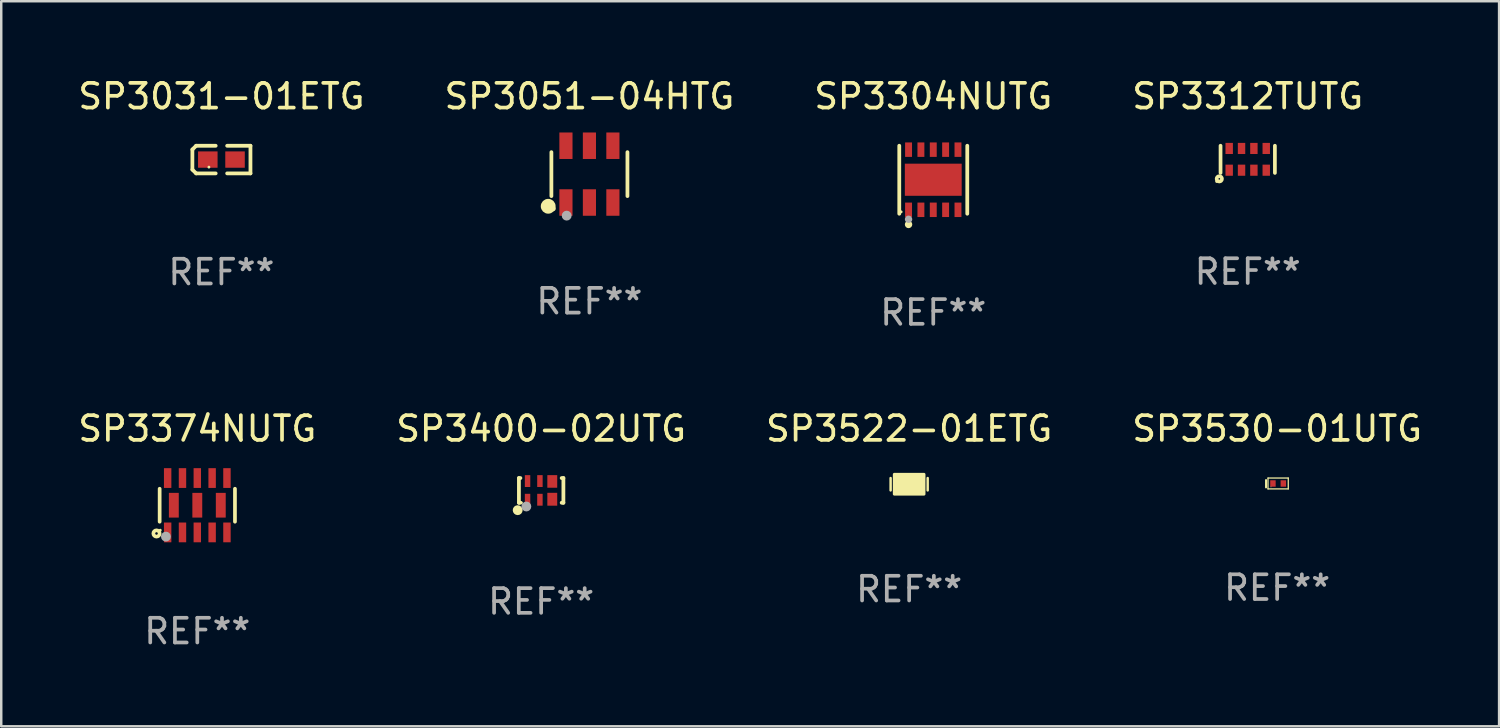
<source format=kicad_pcb>
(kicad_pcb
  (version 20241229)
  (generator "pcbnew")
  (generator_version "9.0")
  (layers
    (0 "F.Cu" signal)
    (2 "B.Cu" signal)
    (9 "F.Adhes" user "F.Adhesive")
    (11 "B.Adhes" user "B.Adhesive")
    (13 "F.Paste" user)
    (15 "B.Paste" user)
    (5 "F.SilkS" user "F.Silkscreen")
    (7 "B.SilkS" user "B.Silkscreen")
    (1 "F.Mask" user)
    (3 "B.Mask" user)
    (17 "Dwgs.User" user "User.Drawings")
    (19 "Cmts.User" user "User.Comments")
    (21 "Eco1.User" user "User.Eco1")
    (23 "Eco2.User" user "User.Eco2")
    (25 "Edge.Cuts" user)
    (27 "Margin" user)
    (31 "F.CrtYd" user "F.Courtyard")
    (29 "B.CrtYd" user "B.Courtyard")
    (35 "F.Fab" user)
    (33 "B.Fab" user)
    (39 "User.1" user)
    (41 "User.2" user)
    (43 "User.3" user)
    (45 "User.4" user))
  (footprint "SP3400-02UTG"
    (layer "F.Cu")
    (at 18.851 16.797)
    (property "Reference" "SP3400-02UTG" (at 0 -2.5 0) (layer "F.SilkS") (effects (font (size 1 1) (thickness 0.15))))
    (attr through_hole)
    (fp_line (start -0.9 -0.5) (end -0.9 0.5) (stroke (width 0.152) (type solid)) (layer "F.SilkS"))
    (fp_line (start -0.9 -0.5) (end -0.84 -0.5) (stroke (width 0.152) (type solid)) (layer "F.SilkS"))
    (fp_line (start -0.84 0.5) (end -0.9 0.5) (stroke (width 0.152) (type solid)) (layer "F.SilkS"))
    (fp_line (start 0.83 -0.5) (end 0.9 -0.5) (stroke (width 0.152) (type solid)) (layer "F.SilkS"))
    (fp_line (start 0.9 -0.5) (end 0.9 0.5) (stroke (width 0.152) (type solid)) (layer "F.SilkS"))
    (fp_line (start 0.9 0.5) (end 0.83 0.5) (stroke (width 0.152) (type solid)) (layer "F.SilkS"))
    (fp_circle (center -0.95 0.8) (end -0.85 0.8) (stroke (width 0.2) (type solid)) (fill no) (layer "F.SilkS"))
    (fp_circle (center -0.8 0.5) (end -0.77 0.5) (stroke (width 0.06) (type solid)) (fill no) (layer "F.SilkS"))
    (fp_circle (center -0.6 0.652) (end -0.5 0.652) (stroke (width 0.2) (type solid)) (fill no) (layer "F.Fab"))
    (fp_text user "REF**" (at 0 4.5 0) (layer "F.Fab") (effects (font (size 1 1) (thickness 0.15))))
    (pad "1" smd rect (at -0.55 0.378 90) (size 0.48 0.22) (layers "F.Cu" "F.Mask" "F.Paste"))
    (pad "2" smd rect (at -0.05 0.378 90) (size 0.48 0.22) (layers "F.Cu" "F.Mask" "F.Paste"))
    (pad "3" smd rect (at 0.45 0.358 180) (size 0.4 0.521) (layers "F.Cu" "F.Mask" "F.Paste"))
    (pad "4" smd rect (at 0.45 -0.363 180) (size 0.4 0.51) (layers "F.Cu" "F.Mask" "F.Paste"))
    (pad "5" smd rect (at -0.05 -0.378 90) (size 0.48 0.22) (layers "F.Cu" "F.Mask" "F.Paste"))
    (pad "6" smd rect (at -0.55 -0.378 90) (size 0.48 0.22) (layers "F.Cu" "F.Mask" "F.Paste")))
  (footprint "SP3031-01ETG"
    (layer "F.Cu")
    (at 5.911 3.408)
    (property "Reference" "SP3031-01ETG" (at 0 -2.559 0) (layer "F.SilkS") (effects (font (size 1 1) (thickness 0.15))))
    (attr through_hole)
    (fp_line (start -1.175 -0.407) (end -1.023 -0.559) (stroke (width 0.152) (type solid)) (layer "F.SilkS"))
    (fp_line (start -1.175 0.407) (end -1.175 -0.407) (stroke (width 0.152) (type solid)) (layer "F.SilkS"))
    (fp_line (start -1.023 -0.559) (end -0.232 -0.559) (stroke (width 0.152) (type solid)) (layer "F.SilkS"))
    (fp_line (start -1.023 0.559) (end -1.175 0.407) (stroke (width 0.152) (type solid)) (layer "F.SilkS"))
    (fp_line (start -0.232 0.559) (end -1.023 0.559) (stroke (width 0.152) (type solid)) (layer "F.SilkS"))
    (fp_line (start 0.232 0.559) (end 1.175 0.559) (stroke (width 0.152) (type solid)) (layer "F.SilkS"))
    (fp_line (start 1.175 -0.559) (end 0.232 -0.559) (stroke (width 0.152) (type solid)) (layer "F.SilkS"))
    (fp_line (start 1.175 0.559) (end 1.175 -0.559) (stroke (width 0.152) (type solid)) (layer "F.SilkS"))
    (fp_circle (center -0.506 0.306) (end -0.476 0.306) (stroke (width 0.06) (type solid)) (fill no) (layer "F.SilkS"))
    (fp_text user "REF**" (at 0 4.559 0) (layer "F.Fab") (effects (font (size 1 1) (thickness 0.15))))
    (pad "1" smd rect (at -0.551 0) (size 0.79 0.661) (layers "F.Cu" "F.Mask" "F.Paste"))
    (pad "2" smd rect (at 0.551 0) (size 0.79 0.661) (layers "F.Cu" "F.Mask" "F.Paste")))
  (footprint "SP3304NUTG"
    (layer "F.Cu")
    (at 34.72 4.224)
    (property "Reference" "SP3304NUTG" (at 0 -3.376 0) (layer "F.SilkS") (effects (font (size 1 1) (thickness 0.15))))
    (attr through_hole)
    (fp_line (start -1.376 1.376) (end -1.376 -1.376) (stroke (width 0.152) (type solid)) (layer "F.SilkS"))
    (fp_line (start 1.376 1.376) (end 1.376 -1.376) (stroke (width 0.152) (type solid)) (layer "F.SilkS"))
    (fp_circle (center -1.3 1.3) (end -1.27 1.3) (stroke (width 0.06) (type solid)) (fill no) (layer "F.SilkS"))
    (fp_circle (center -1 1.81) (end -0.925 1.81) (stroke (width 0.15) (type solid)) (fill no) (layer "F.SilkS"))
    (fp_circle (center -1 1.6) (end -0.925 1.6) (stroke (width 0.15) (type solid)) (fill no) (layer "F.Fab"))
    (fp_text user "REF**" (at 0 5.376 0) (layer "F.Fab") (effects (font (size 1 1) (thickness 0.15))))
    (pad "1" smd rect (at -1 1.217) (size 0.28 0.585) (layers "F.Cu" "F.Mask" "F.Paste"))
    (pad "2" smd rect (at -0.5 1.217) (size 0.28 0.585) (layers "F.Cu" "F.Mask" "F.Paste"))
    (pad "3" smd rect (at 0 1.217) (size 0.28 0.585) (layers "F.Cu" "F.Mask" "F.Paste"))
    (pad "4" smd rect (at 0.5 1.217) (size 0.28 0.585) (layers "F.Cu" "F.Mask" "F.Paste"))
    (pad "5" smd rect (at 1 1.217) (size 0.28 0.585) (layers "F.Cu" "F.Mask" "F.Paste"))
    (pad "6" smd rect (at 1 -1.217) (size 0.28 0.585) (layers "F.Cu" "F.Mask" "F.Paste"))
    (pad "7" smd rect (at 0.5 -1.217) (size 0.28 0.585) (layers "F.Cu" "F.Mask" "F.Paste"))
    (pad "8" smd rect (at 0 -1.217) (size 0.28 0.585) (layers "F.Cu" "F.Mask" "F.Paste"))
    (pad "9" smd rect (at -0.5 -1.217) (size 0.28 0.585) (layers "F.Cu" "F.Mask" "F.Paste"))
    (pad "10" smd rect (at -1 -1.217) (size 0.28 0.585) (layers "F.Cu" "F.Mask" "F.Paste"))
    (pad "11" smd rect (at 0 0) (size 2.3 1.3) (layers "F.Cu" "F.Mask" "F.Paste")))
  (footprint "SP3522-01ETG"
    (layer "F.Cu")
    (at 33.744 16.547)
    (property "Reference" "SP3522-01ETG" (at 0 -2.25 0) (layer "F.SilkS") (effects (font (size 1 1) (thickness 0.15))))
    (attr through_hole)
    (fp_line (start -0.75 0.25) (end -0.75 -0.25) (stroke (width 0.1) (type solid)) (layer "F.SilkS"))
    (fp_line (start 0.75 -0.25) (end 0.75 0.25) (stroke (width 0.1) (type solid)) (layer "F.SilkS"))
    (fp_circle (center -0.5 0.3) (end -0.47 0.3) (stroke (width 0.06) (type solid)) (fill no) (layer "F.SilkS"))
    (fp_poly (pts (xy -0.6 -0.4) (xy 0.6 -0.4) (xy 0.6 0.4) (xy -0.6 0.4)) (stroke (width 0.12) (type solid)) (fill yes) (layer "F.SilkS"))
    (fp_text user "REF**" (at 0 4.25 0) (layer "F.Fab") (effects (font (size 1 1) (thickness 0.15))))
    (pad "1" smd rect (at -0.325 -0.000013) (size 0.3 0.6) (layers "F.Cu" "F.Mask" "F.Paste"))
    (pad "2" smd rect (at 0.325 -0.000013) (size 0.3 0.6) (layers "F.Cu" "F.Mask" "F.Paste")))
  (footprint "SP3051-04HTG"
    (layer "F.Cu")
    (at 20.804 3.997)
    (property "Reference" "SP3051-04HTG" (at 0 -3.149 0) (layer "F.SilkS") (effects (font (size 1 1) (thickness 0.15))))
    (attr through_hole)
    (fp_line (start -1.539 0.889) (end -1.539 -0.889) (stroke (width 0.152) (type solid)) (layer "F.SilkS"))
    (fp_line (start 1.539 0.889) (end 1.539 -0.889) (stroke (width 0.152) (type solid)) (layer "F.SilkS"))
    (fp_circle (center -1.668 1.301) (end -1.518 1.301) (stroke (width 0.3) (type solid)) (fill no) (layer "F.SilkS"))
    (fp_circle (center -1.463 1.4) (end -1.413 1.4) (stroke (width 0.1) (type solid)) (fill no) (layer "F.SilkS"))
    (fp_circle (center -0.92 1.68) (end -0.82 1.68) (stroke (width 0.2) (type solid)) (fill no) (layer "F.Fab"))
    (fp_text user "REF**" (at 0 5.149 0) (layer "F.Fab") (effects (font (size 1 1) (thickness 0.15))))
    (pad "1" smd rect (at -0.95 1.149) (size 0.532 1.072) (layers "F.Cu" "F.Mask" "F.Paste"))
    (pad "2" smd rect (at 0 1.149) (size 0.532 1.072) (layers "F.Cu" "F.Mask" "F.Paste"))
    (pad "3" smd rect (at 0.95 1.149) (size 0.532 1.072) (layers "F.Cu" "F.Mask" "F.Paste"))
    (pad "4" smd rect (at 0.95 -1.149) (size 0.532 1.072) (layers "F.Cu" "F.Mask" "F.Paste"))
    (pad "5" smd rect (at 0 -1.149) (size 0.532 1.072) (layers "F.Cu" "F.Mask" "F.Paste"))
    (pad "6" smd rect (at -0.95 -1.149) (size 0.532 1.072) (layers "F.Cu" "F.Mask" "F.Paste")))
  (footprint "SP3374NUTG"
    (layer "F.Cu")
    (at 4.935 17.397)
    (property "Reference" "SP3374NUTG" (at 0 -3.1 0) (layer "F.SilkS") (effects (font (size 1 1) (thickness 0.15))))
    (attr through_hole)
    (fp_line (start -1.524 -0.667) (end -1.524 0.667) (stroke (width 0.15) (type solid)) (layer "F.SilkS"))
    (fp_line (start 1.524 -0.667) (end 1.524 0.667) (stroke (width 0.15) (type solid)) (layer "F.SilkS"))
    (fp_circle (center -1.651 1.143) (end -1.524 1.143) (stroke (width 0.15) (type solid)) (fill no) (layer "F.SilkS"))
    (fp_circle (center -1.5 1.01) (end -1.47 1.01) (stroke (width 0.06) (type solid)) (fill no) (layer "F.SilkS"))
    (fp_circle (center -1.27 1.27) (end -1.17 1.27) (stroke (width 0.2) (type solid)) (fill no) (layer "F.Fab"))
    (fp_text user "REF**" (at 0 5.1 0) (layer "F.Fab") (effects (font (size 1 1) (thickness 0.15))))
    (pad "1" smd rect (at -1.2 1.1) (size 0.3 0.8) (layers "F.Cu" "F.Mask" "F.Paste"))
    (pad "2" smd rect (at -0.6 1.1) (size 0.3 0.8) (layers "F.Cu" "F.Mask" "F.Paste"))
    (pad "3" smd rect (at -0.000102 1.1) (size 0.3 0.8) (layers "F.Cu" "F.Mask" "F.Paste"))
    (pad "4" smd rect (at 0.6 1.1) (size 0.3 0.8) (layers "F.Cu" "F.Mask" "F.Paste"))
    (pad "5" smd rect (at 1.2 1.1) (size 0.3 0.8) (layers "F.Cu" "F.Mask" "F.Paste"))
    (pad "6" smd rect (at 1.2 -1.1) (size 0.3 0.8) (layers "F.Cu" "F.Mask" "F.Paste"))
    (pad "7" smd rect (at 0.6 -1.1) (size 0.3 0.8) (layers "F.Cu" "F.Mask" "F.Paste"))
    (pad "8" smd rect (at -0.000102 -1.1) (size 0.3 0.8) (layers "F.Cu" "F.Mask" "F.Paste"))
    (pad "9" smd rect (at -0.6 -1.1) (size 0.3 0.8) (layers "F.Cu" "F.Mask" "F.Paste"))
    (pad "10" smd rect (at -1.2 -1.1) (size 0.3 0.8) (layers "F.Cu" "F.Mask" "F.Paste"))
    (pad "11" smd rect (at -0.95 -0.000127) (size 0.4 1) (layers "F.Cu" "F.Mask" "F.Paste"))
    (pad "12" smd rect (at -0.000102 -0.000127) (size 0.4 1) (layers "F.Cu" "F.Mask" "F.Paste"))
    (pad "13" smd rect (at 0.95 -0.000127) (size 0.4 1) (layers "F.Cu" "F.Mask" "F.Paste")))
  (footprint "SP3530-01UTG"
    (layer "F.Cu")
    (at 48.637 16.517)
    (property "Reference" "SP3530-01UTG" (at 0 -2.22 0) (layer "F.SilkS") (effects (font (size 1 1) (thickness 0.15))))
    (attr through_hole)
    (fp_line (start -0.45 -0.14) (end -0.45 0.16) (stroke (width 0.08) (type solid)) (layer "F.SilkS"))
    (fp_line (start -0.37 -0.22) (end 0.45 -0.22) (stroke (width 0.051) (type solid)) (layer "F.SilkS"))
    (fp_line (start -0.37 0.22) (end -0.37 -0.22) (stroke (width 0.051) (type solid)) (layer "F.SilkS"))
    (fp_line (start 0.45 -0.22) (end 0.45 0.22) (stroke (width 0.051) (type solid)) (layer "F.SilkS"))
    (fp_line (start 0.45 0.22) (end -0.37 0.22) (stroke (width 0.051) (type solid)) (layer "F.SilkS"))
    (fp_circle (center -0.25 0.14) (end -0.24 0.14) (stroke (width 0.02) (type solid)) (fill no) (layer "F.SilkS"))
    (fp_text user "REF**" (at 0 4.22 0) (layer "F.Fab") (effects (font (size 1 1) (thickness 0.15))))
    (pad "1" smd rect (at -0.17 0 90) (size 0.26 0.22) (layers "F.Cu" "F.Mask" "F.Paste"))
    (pad "2" smd rect (at 0.25 0 90) (size 0.26 0.22) (layers "F.Cu" "F.Mask" "F.Paste")))
  (footprint "SP3312TUTG"
    (layer "F.Cu")
    (at 47.446 3.398)
    (property "Reference" "SP3312TUTG" (at 0 -2.55 0) (layer "F.SilkS") (effects (font (size 1 1) (thickness 0.15))))
    (attr through_hole)
    (fp_line (start -1.1 -0.55) (end -1.1 0.55) (stroke (width 0.15) (type solid)) (layer "F.SilkS"))
    (fp_line (start 1.1 -0.55) (end 1.1 0.55) (stroke (width 0.15) (type solid)) (layer "F.SilkS"))
    (fp_circle (center -1.257 0.897) (end -1.227 0.897) (stroke (width 0.06) (type solid)) (fill no) (layer "F.SilkS"))
    (fp_circle (center -1.15 0.79) (end -1.118 0.79) (stroke (width 0.15) (type solid)) (fill no) (layer "F.SilkS"))
    (fp_text user "REF**" (at 0 4.55 0) (layer "F.Fab") (effects (font (size 1 1) (thickness 0.15))))
    (pad "1" smd rect (at -0.75 0.44) (size 0.3 0.45) (layers "F.Cu" "F.Mask" "F.Paste"))
    (pad "2" smd rect (at -0.25 0.44) (size 0.3 0.45) (layers "F.Cu" "F.Mask" "F.Paste"))
    (pad "3" smd rect (at 0.25 0.44) (size 0.3 0.45) (layers "F.Cu" "F.Mask" "F.Paste"))
    (pad "4" smd rect (at 0.75 0.44) (size 0.3 0.45) (layers "F.Cu" "F.Mask" "F.Paste"))
    (pad "5" smd rect (at 0.75 -0.44) (size 0.3 0.45) (layers "F.Cu" "F.Mask" "F.Paste"))
    (pad "6" smd rect (at 0.25 -0.44) (size 0.3 0.45) (layers "F.Cu" "F.Mask" "F.Paste"))
    (pad "7" smd rect (at -0.25 -0.44) (size 0.3 0.45) (layers "F.Cu" "F.Mask" "F.Paste"))
    (pad "8" smd rect (at -0.75 -0.44) (size 0.3 0.45) (layers "F.Cu" "F.Mask" "F.Paste")))
  (gr_rect
    (start -3 -3)
    (end 57.619 26.345)
    (stroke (width 0.1) (type default))
    (fill no)
    (layer "Edge.Cuts")))
</source>
